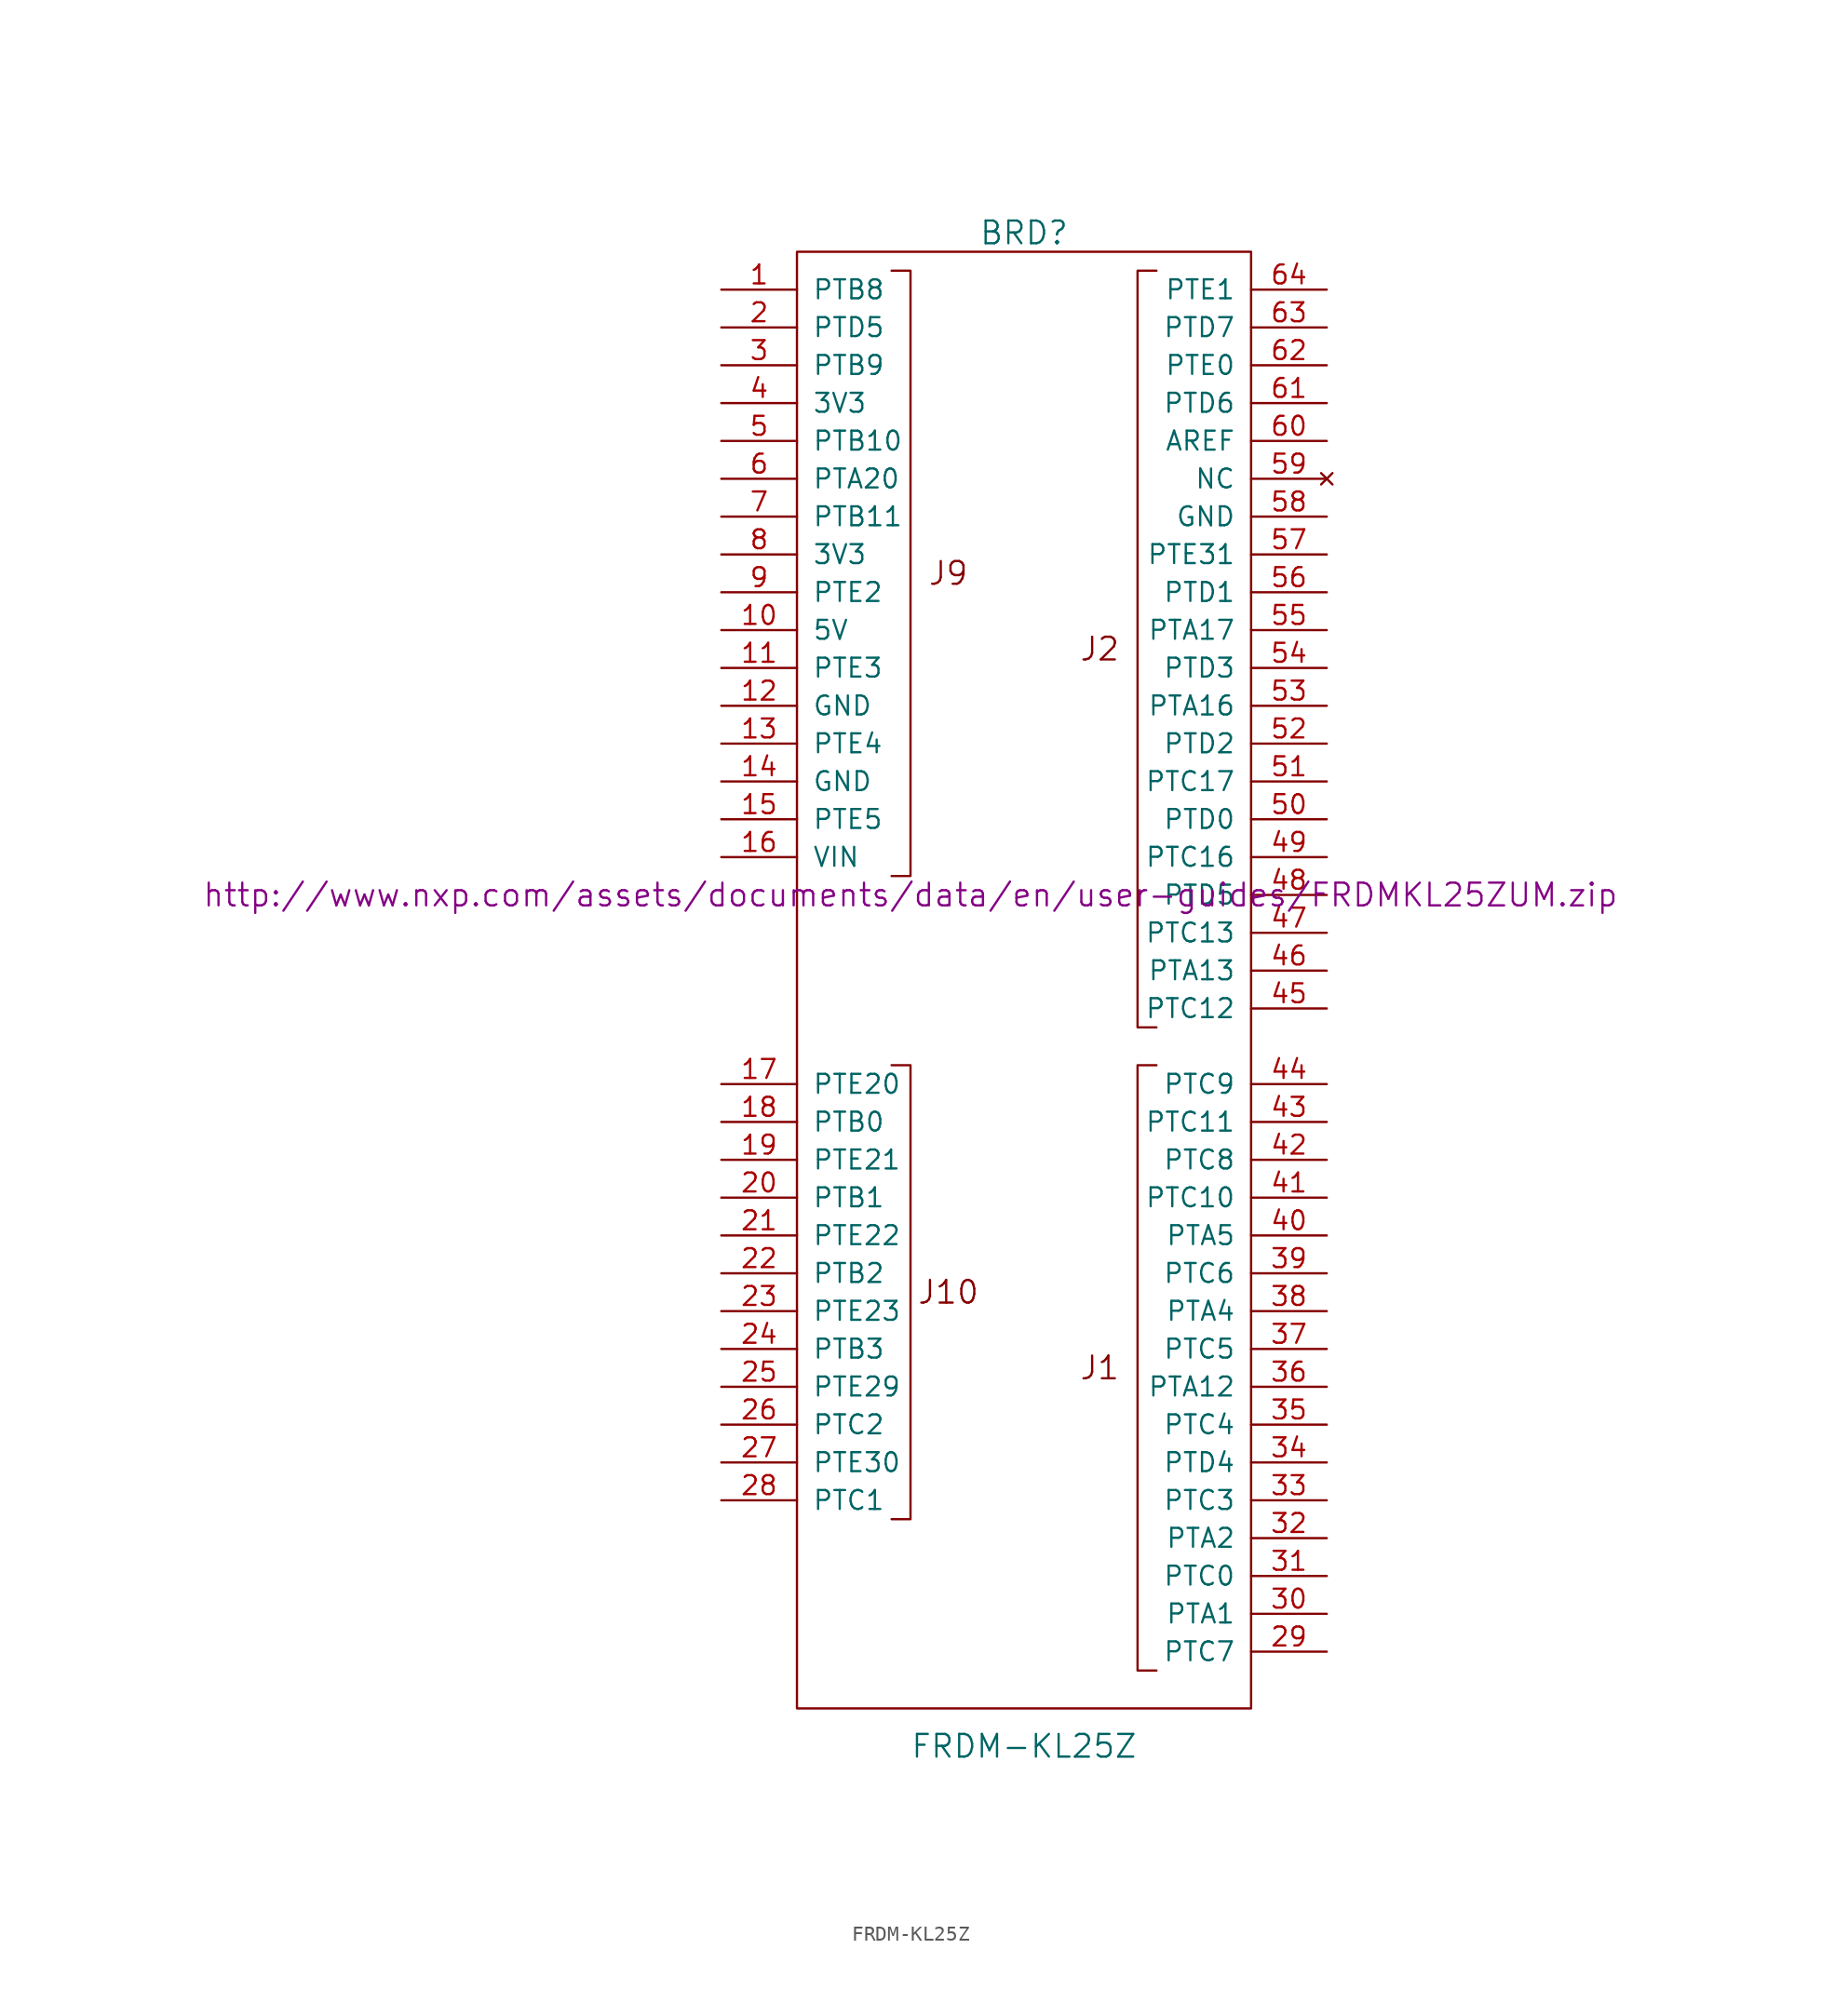
<source format=kicad_sym>
(kicad_symbol_lib
  (version 20201005)
  (generator kicad_symbol_editor)
  (symbol "FRDM-KL25Z"
    (pin_names
      (offset 1.016))
    (property "Reference" "BRD"
      (at 0 54.61 0)
      (effects (font (size 1.524 1.524))))
    (property "Value" "FRDM-KL25Z"
      (at 0 -46.99 0)
      (effects (font (size 1.524 1.524))))
    (property "Footprint" ""
      (at -7.62 10.16 0)
      (effects (font (size 1.524 1.524))))
    (property "Datasheet" "http://www.nxp.com/assets/documents/data/en/user-guides/FRDMKL25ZUM.zip"
      (at -7.62 10.16 0)
      (effects (font (size 1.524 1.524))))
    (symbol "FRDM-KL25Z_0_0"
      (text "J1" (at 5.08 -21.59 0) (effects (font (size 1.524 1.524))))
      (text "J10" (at -5.08 -16.51 0) (effects (font (size 1.524 1.524))))
      (text "J2" (at 5.08 26.67 0) (effects (font (size 1.524 1.524))))
      (text "J9" (at -5.08 31.75 0) (effects (font (size 1.524 1.524))))
      (rectangle (start -15.24 53.34) (end 15.24 -44.45) (stroke (width 0)) (fill (type none)))
      (polyline (pts (xy -8.89 -1.27) (xy -7.62 -1.27) (xy -7.62 -31.75) (xy -8.89 -31.75)) (stroke (width 0)) (fill (type none)))
      (polyline (pts (xy -8.89 52.07) (xy -7.62 52.07) (xy -7.62 11.43) (xy -8.89 11.43)) (stroke (width 0)) (fill (type none)))
      (polyline (pts (xy 8.89 -1.27) (xy 7.62 -1.27) (xy 7.62 -41.91) (xy 8.89 -41.91)) (stroke (width 0)) (fill (type none)))
      (polyline (pts (xy 8.89 52.07) (xy 7.62 52.07) (xy 7.62 1.27) (xy 8.89 1.27)) (stroke (width 0)) (fill (type none))))
    (symbol "FRDM-KL25Z_1_1"
      (pin bidirectional line (at -20.32 50.8 0) (length 5.08) (name "PTB8" (effects (font (size 1.27 1.27)))) (number "1" (effects (font (size 1.27 1.27)))))
      (pin bidirectional line (at -20.32 48.26 0) (length 5.08) (name "PTD5" (effects (font (size 1.27 1.27)))) (number "2" (effects (font (size 1.27 1.27)))))
      (pin bidirectional line (at -20.32 45.72 0) (length 5.08) (name "PTB9" (effects (font (size 1.27 1.27)))) (number "3" (effects (font (size 1.27 1.27)))))
      (pin power_out line (at -20.32 43.18 0) (length 5.08) (name "3V3" (effects (font (size 1.27 1.27)))) (number "4" (effects (font (size 1.27 1.27)))))
      (pin bidirectional line (at -20.32 40.64 0) (length 5.08) (name "PTB10" (effects (font (size 1.27 1.27)))) (number "5" (effects (font (size 1.27 1.27)))))
      (pin bidirectional line (at -20.32 38.1 0) (length 5.08) (name "PTA20" (effects (font (size 1.27 1.27)))) (number "6" (effects (font (size 1.27 1.27)))))
      (pin bidirectional line (at -20.32 35.56 0) (length 5.08) (name "PTB11" (effects (font (size 1.27 1.27)))) (number "7" (effects (font (size 1.27 1.27)))))
      (pin power_out line (at -20.32 33.02 0) (length 5.08) (name "3V3" (effects (font (size 1.27 1.27)))) (number "8" (effects (font (size 1.27 1.27)))))
      (pin bidirectional line (at -20.32 30.48 0) (length 5.08) (name "PTE2" (effects (font (size 1.27 1.27)))) (number "9" (effects (font (size 1.27 1.27)))))
      (pin power_out line (at -20.32 27.94 0) (length 5.08) (name "5V" (effects (font (size 1.27 1.27)))) (number "10" (effects (font (size 1.27 1.27)))))
      (pin bidirectional line (at -20.32 -10.16 0) (length 5.08) (name "PTB1" (effects (font (size 1.27 1.27)))) (number "20" (effects (font (size 1.27 1.27)))))
      (pin bidirectional line (at 20.32 -38.1 180) (length 5.08) (name "PTA1" (effects (font (size 1.27 1.27)))) (number "30" (effects (font (size 1.27 1.27)))))
      (pin bidirectional line (at 20.32 -12.7 180) (length 5.08) (name "PTA5" (effects (font (size 1.27 1.27)))) (number "40" (effects (font (size 1.27 1.27)))))
      (pin bidirectional line (at 20.32 15.24 180) (length 5.08) (name "PTD0" (effects (font (size 1.27 1.27)))) (number "50" (effects (font (size 1.27 1.27)))))
      (pin input line (at 20.32 40.64 180) (length 5.08) (name "AREF" (effects (font (size 1.27 1.27)))) (number "60" (effects (font (size 1.27 1.27)))))
      (pin bidirectional line (at -20.32 25.4 0) (length 5.08) (name "PTE3" (effects (font (size 1.27 1.27)))) (number "11" (effects (font (size 1.27 1.27)))))
      (pin bidirectional line (at -20.32 -12.7 0) (length 5.08) (name "PTE22" (effects (font (size 1.27 1.27)))) (number "21" (effects (font (size 1.27 1.27)))))
      (pin bidirectional line (at 20.32 -35.56 180) (length 5.08) (name "PTC0" (effects (font (size 1.27 1.27)))) (number "31" (effects (font (size 1.27 1.27)))))
      (pin bidirectional line (at 20.32 -10.16 180) (length 5.08) (name "PTC10" (effects (font (size 1.27 1.27)))) (number "41" (effects (font (size 1.27 1.27)))))
      (pin bidirectional line (at 20.32 17.78 180) (length 5.08) (name "PTC17" (effects (font (size 1.27 1.27)))) (number "51" (effects (font (size 1.27 1.27)))))
      (pin bidirectional line (at 20.32 43.18 180) (length 5.08) (name "PTD6" (effects (font (size 1.27 1.27)))) (number "61" (effects (font (size 1.27 1.27)))))
      (pin power_out line (at -20.32 22.86 0) (length 5.08) (name "GND" (effects (font (size 1.27 1.27)))) (number "12" (effects (font (size 1.27 1.27)))))
      (pin bidirectional line (at -20.32 -15.24 0) (length 5.08) (name "PTB2" (effects (font (size 1.27 1.27)))) (number "22" (effects (font (size 1.27 1.27)))))
      (pin bidirectional line (at 20.32 -33.02 180) (length 5.08) (name "PTA2" (effects (font (size 1.27 1.27)))) (number "32" (effects (font (size 1.27 1.27)))))
      (pin bidirectional line (at 20.32 -7.62 180) (length 5.08) (name "PTC8" (effects (font (size 1.27 1.27)))) (number "42" (effects (font (size 1.27 1.27)))))
      (pin bidirectional line (at 20.32 20.32 180) (length 5.08) (name "PTD2" (effects (font (size 1.27 1.27)))) (number "52" (effects (font (size 1.27 1.27)))))
      (pin bidirectional line (at 20.32 45.72 180) (length 5.08) (name "PTE0" (effects (font (size 1.27 1.27)))) (number "62" (effects (font (size 1.27 1.27)))))
      (pin bidirectional line (at -20.32 20.32 0) (length 5.08) (name "PTE4" (effects (font (size 1.27 1.27)))) (number "13" (effects (font (size 1.27 1.27)))))
      (pin bidirectional line (at -20.32 -17.78 0) (length 5.08) (name "PTE23" (effects (font (size 1.27 1.27)))) (number "23" (effects (font (size 1.27 1.27)))))
      (pin bidirectional line (at 20.32 -30.48 180) (length 5.08) (name "PTC3" (effects (font (size 1.27 1.27)))) (number "33" (effects (font (size 1.27 1.27)))))
      (pin bidirectional line (at 20.32 -5.08 180) (length 5.08) (name "PTC11" (effects (font (size 1.27 1.27)))) (number "43" (effects (font (size 1.27 1.27)))))
      (pin bidirectional line (at 20.32 22.86 180) (length 5.08) (name "PTA16" (effects (font (size 1.27 1.27)))) (number "53" (effects (font (size 1.27 1.27)))))
      (pin bidirectional line (at 20.32 48.26 180) (length 5.08) (name "PTD7" (effects (font (size 1.27 1.27)))) (number "63" (effects (font (size 1.27 1.27)))))
      (pin power_out line (at -20.32 17.78 0) (length 5.08) (name "GND" (effects (font (size 1.27 1.27)))) (number "14" (effects (font (size 1.27 1.27)))))
      (pin bidirectional line (at -20.32 -20.32 0) (length 5.08) (name "PTB3" (effects (font (size 1.27 1.27)))) (number "24" (effects (font (size 1.27 1.27)))))
      (pin bidirectional line (at 20.32 -27.94 180) (length 5.08) (name "PTD4" (effects (font (size 1.27 1.27)))) (number "34" (effects (font (size 1.27 1.27)))))
      (pin bidirectional line (at 20.32 -2.54 180) (length 5.08) (name "PTC9" (effects (font (size 1.27 1.27)))) (number "44" (effects (font (size 1.27 1.27)))))
      (pin bidirectional line (at 20.32 25.4 180) (length 5.08) (name "PTD3" (effects (font (size 1.27 1.27)))) (number "54" (effects (font (size 1.27 1.27)))))
      (pin bidirectional line (at 20.32 50.8 180) (length 5.08) (name "PTE1" (effects (font (size 1.27 1.27)))) (number "64" (effects (font (size 1.27 1.27)))))
      (pin bidirectional line (at -20.32 15.24 0) (length 5.08) (name "PTE5" (effects (font (size 1.27 1.27)))) (number "15" (effects (font (size 1.27 1.27)))))
      (pin bidirectional line (at -20.32 -22.86 0) (length 5.08) (name "PTE29" (effects (font (size 1.27 1.27)))) (number "25" (effects (font (size 1.27 1.27)))))
      (pin bidirectional line (at 20.32 -25.4 180) (length 5.08) (name "PTC4" (effects (font (size 1.27 1.27)))) (number "35" (effects (font (size 1.27 1.27)))))
      (pin bidirectional line (at 20.32 2.54 180) (length 5.08) (name "PTC12" (effects (font (size 1.27 1.27)))) (number "45" (effects (font (size 1.27 1.27)))))
      (pin bidirectional line (at 20.32 27.94 180) (length 5.08) (name "PTA17" (effects (font (size 1.27 1.27)))) (number "55" (effects (font (size 1.27 1.27)))))
      (pin power_in line (at -20.32 12.7 0) (length 5.08) (name "VIN" (effects (font (size 1.27 1.27)))) (number "16" (effects (font (size 1.27 1.27)))))
      (pin bidirectional line (at -20.32 -25.4 0) (length 5.08) (name "PTC2" (effects (font (size 1.27 1.27)))) (number "26" (effects (font (size 1.27 1.27)))))
      (pin bidirectional line (at 20.32 -22.86 180) (length 5.08) (name "PTA12" (effects (font (size 1.27 1.27)))) (number "36" (effects (font (size 1.27 1.27)))))
      (pin bidirectional line (at 20.32 5.08 180) (length 5.08) (name "PTA13" (effects (font (size 1.27 1.27)))) (number "46" (effects (font (size 1.27 1.27)))))
      (pin bidirectional line (at 20.32 30.48 180) (length 5.08) (name "PTD1" (effects (font (size 1.27 1.27)))) (number "56" (effects (font (size 1.27 1.27)))))
      (pin bidirectional line (at -20.32 -2.54 0) (length 5.08) (name "PTE20" (effects (font (size 1.27 1.27)))) (number "17" (effects (font (size 1.27 1.27)))))
      (pin bidirectional line (at -20.32 -27.94 0) (length 5.08) (name "PTE30" (effects (font (size 1.27 1.27)))) (number "27" (effects (font (size 1.27 1.27)))))
      (pin bidirectional line (at 20.32 -20.32 180) (length 5.08) (name "PTC5" (effects (font (size 1.27 1.27)))) (number "37" (effects (font (size 1.27 1.27)))))
      (pin bidirectional line (at 20.32 7.62 180) (length 5.08) (name "PTC13" (effects (font (size 1.27 1.27)))) (number "47" (effects (font (size 1.27 1.27)))))
      (pin bidirectional line (at 20.32 33.02 180) (length 5.08) (name "PTE31" (effects (font (size 1.27 1.27)))) (number "57" (effects (font (size 1.27 1.27)))))
      (pin bidirectional line (at -20.32 -5.08 0) (length 5.08) (name "PTB0" (effects (font (size 1.27 1.27)))) (number "18" (effects (font (size 1.27 1.27)))))
      (pin bidirectional line (at -20.32 -30.48 0) (length 5.08) (name "PTC1" (effects (font (size 1.27 1.27)))) (number "28" (effects (font (size 1.27 1.27)))))
      (pin bidirectional line (at 20.32 -17.78 180) (length 5.08) (name "PTA4" (effects (font (size 1.27 1.27)))) (number "38" (effects (font (size 1.27 1.27)))))
      (pin bidirectional line (at 20.32 10.16 180) (length 5.08) (name "PTD5" (effects (font (size 1.27 1.27)))) (number "48" (effects (font (size 1.27 1.27)))))
      (pin power_in line (at 20.32 35.56 180) (length 5.08) (name "GND" (effects (font (size 1.27 1.27)))) (number "58" (effects (font (size 1.27 1.27)))))
      (pin bidirectional line (at -20.32 -7.62 0) (length 5.08) (name "PTE21" (effects (font (size 1.27 1.27)))) (number "19" (effects (font (size 1.27 1.27)))))
      (pin bidirectional line (at 20.32 -40.64 180) (length 5.08) (name "PTC7" (effects (font (size 1.27 1.27)))) (number "29" (effects (font (size 1.27 1.27)))))
      (pin bidirectional line (at 20.32 -15.24 180) (length 5.08) (name "PTC6" (effects (font (size 1.27 1.27)))) (number "39" (effects (font (size 1.27 1.27)))))
      (pin bidirectional line (at 20.32 12.7 180) (length 5.08) (name "PTC16" (effects (font (size 1.27 1.27)))) (number "49" (effects (font (size 1.27 1.27)))))
      (pin unconnected line (at 20.32 38.1 180) (length 5.08) (name "NC" (effects (font (size 1.27 1.27)))) (number "59" (effects (font (size 1.27 1.27))))))))
</source>
